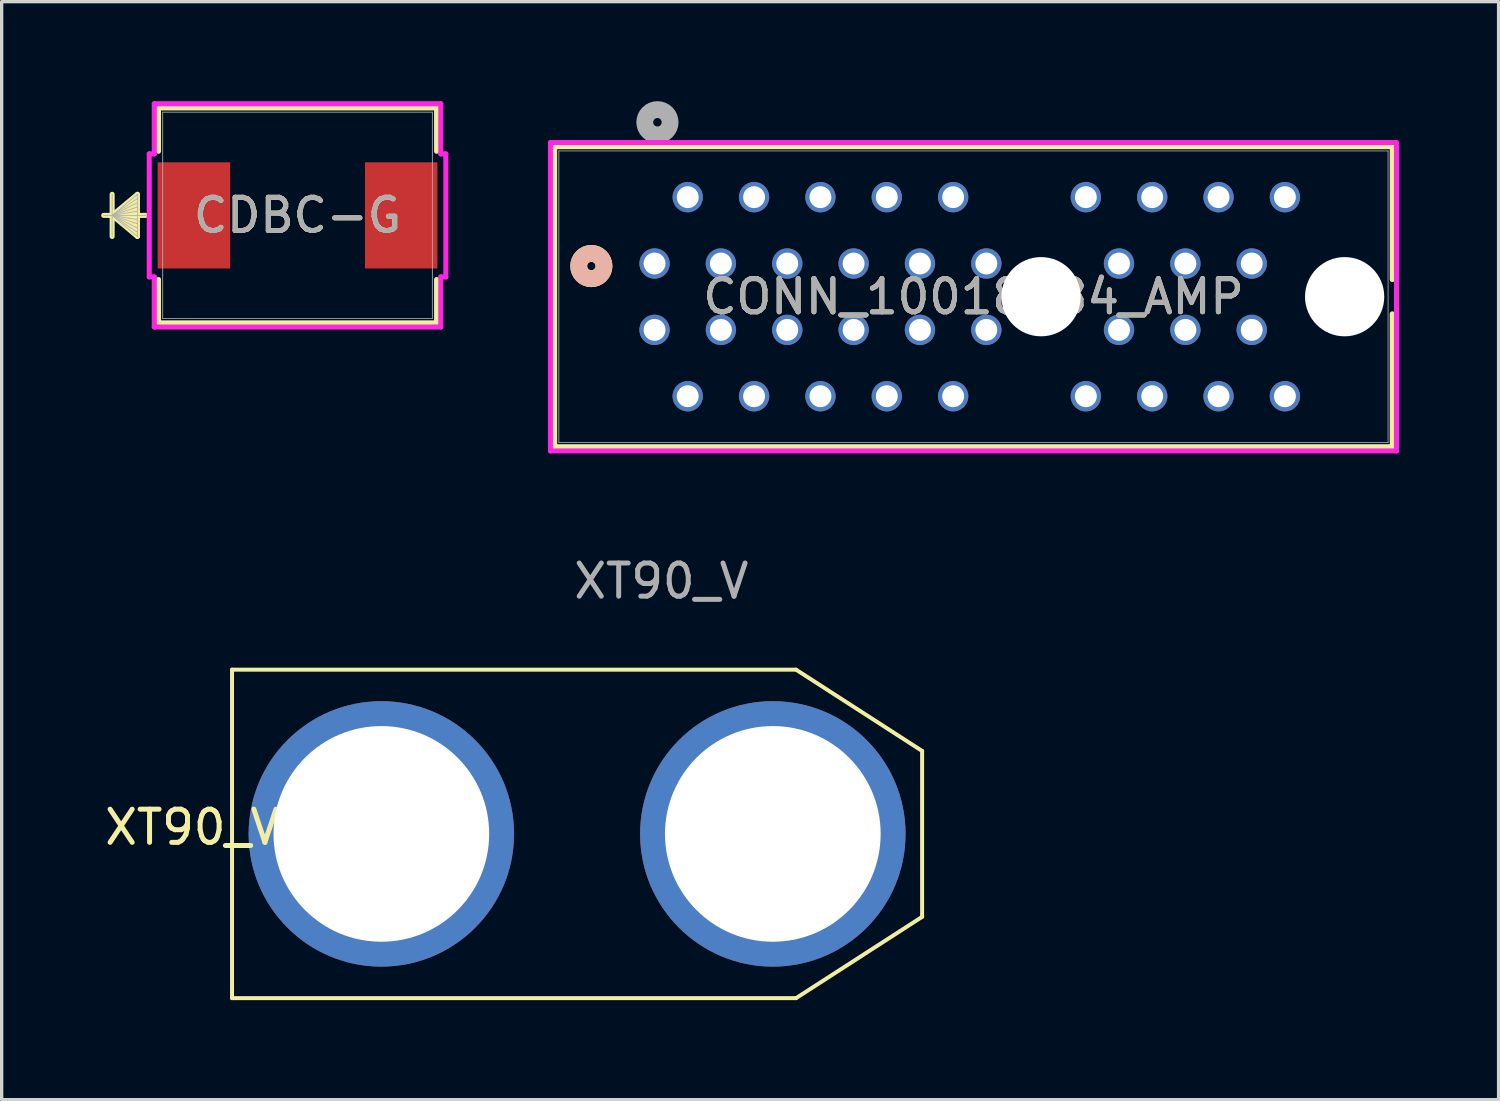
<source format=kicad_pcb>
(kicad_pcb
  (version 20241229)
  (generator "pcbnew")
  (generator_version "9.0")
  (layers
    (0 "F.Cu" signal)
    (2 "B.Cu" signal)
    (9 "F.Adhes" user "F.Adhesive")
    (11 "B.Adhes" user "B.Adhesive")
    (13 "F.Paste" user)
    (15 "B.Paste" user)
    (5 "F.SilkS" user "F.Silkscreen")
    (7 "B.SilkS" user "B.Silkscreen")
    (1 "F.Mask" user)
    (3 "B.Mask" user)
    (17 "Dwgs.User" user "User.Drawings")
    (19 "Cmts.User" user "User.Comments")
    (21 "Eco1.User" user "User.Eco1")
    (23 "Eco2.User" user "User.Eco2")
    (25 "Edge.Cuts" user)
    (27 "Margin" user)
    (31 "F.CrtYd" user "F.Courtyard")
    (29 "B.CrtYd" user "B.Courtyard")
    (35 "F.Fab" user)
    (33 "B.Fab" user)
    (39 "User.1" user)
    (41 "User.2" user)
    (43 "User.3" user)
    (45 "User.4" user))
  (footprint "XT90_V"
    (layer "F.Cu")
    (at 14.344 22.085)
    (property "Reference" "XT90_V" (at -11.6 -0.2 0) (unlocked yes) (layer "F.SilkS") (effects (font (size 1 1) (thickness 0.15))))
    (attr through_hole)
    (fp_line (start -10.4 -4.95) (end -10.4 4.95) (stroke (width 0.12) (type solid)) (layer "F.SilkS"))
    (fp_line (start -10.4 -4.95) (end 6.6 -4.95) (stroke (width 0.12) (type solid)) (layer "F.SilkS"))
    (fp_line (start -10.4 4.95) (end 6.6 4.95) (stroke (width 0.12) (type solid)) (layer "F.SilkS"))
    (fp_line (start 10.4 -2.5) (end 6.6 -4.95) (stroke (width 0.12) (type solid)) (layer "F.SilkS"))
    (fp_line (start 10.4 2.5) (end 6.6 4.95) (stroke (width 0.12) (type solid)) (layer "F.SilkS"))
    (fp_line (start 10.4 2.5) (end 10.4 -2.5) (stroke (width 0.12) (type solid)) (layer "F.SilkS"))
    (fp_text user "${REFERENCE}" (at 2.54 -7.62 0) (unlocked yes) (layer "F.Fab") (effects (font (size 1 1) (thickness 0.15))))
    (pad "1" thru_hole circle (at 5.9 0) (size 8 8) (drill 6.5) (layers "*.Cu" "*.Mask"))
    (pad "2" thru_hole circle (at -5.9 0) (size 8 8) (drill 6.5) (layers "*.Cu" "*.Mask")))
  (footprint "CONN_10018784_AMP"
    (layer "F.Cu")
    (at 16.679 4.893)
    (property "Reference" "CONN_10018784_AMP" (at 9.613 1 0) (unlocked yes) (layer "F.SilkS") (effects (font (size 1 1) (thickness 0.15))))
    (attr through_hole)
    (fp_line (start -3.011 -3.521) (end 22.236 -3.521) (stroke (width 0.152) (type solid)) (layer "F.SilkS"))
    (fp_line (start -3.011 5.521) (end -3.011 -3.521) (stroke (width 0.152) (type solid)) (layer "F.SilkS"))
    (fp_line (start 22.236 -3.521) (end 22.236 0.483) (stroke (width 0.152) (type solid)) (layer "F.SilkS"))
    (fp_line (start 22.236 1.517) (end 22.236 5.521) (stroke (width 0.152) (type solid)) (layer "F.SilkS"))
    (fp_line (start 22.236 5.521) (end -3.011 5.521) (stroke (width 0.152) (type solid)) (layer "F.SilkS"))
    (fp_circle (center -1.905 0.076) (end -1.524 0.076) (stroke (width 0.508) (type solid)) (fill no) (layer "F.SilkS"))
    (fp_circle (center -1.905 0.076) (end -1.524 0.076) (stroke (width 0.508) (type solid)) (fill no) (layer "B.SilkS"))
    (fp_line (start -3.138 -3.648) (end -3.138 5.648) (stroke (width 0.152) (type solid)) (layer "F.CrtYd"))
    (fp_line (start -3.138 5.648) (end 22.363 5.648) (stroke (width 0.152) (type solid)) (layer "F.CrtYd"))
    (fp_line (start 22.363 -3.648) (end -3.138 -3.648) (stroke (width 0.152) (type solid)) (layer "F.CrtYd"))
    (fp_line (start 22.363 5.648) (end 22.363 -3.648) (stroke (width 0.152) (type solid)) (layer "F.CrtYd"))
    (fp_line (start -2.884 -3.394) (end -2.884 5.394) (stroke (width 0.025) (type solid)) (layer "F.Fab"))
    (fp_line (start -2.884 5.394) (end 22.109 5.394) (stroke (width 0.025) (type solid)) (layer "F.Fab"))
    (fp_line (start 22.109 -3.394) (end -2.884 -3.394) (stroke (width 0.025) (type solid)) (layer "F.Fab"))
    (fp_line (start 22.109 5.394) (end 22.109 -3.394) (stroke (width 0.025) (type solid)) (layer "F.Fab"))
    (fp_circle (center 0.087 -4.258) (end 0.469 -4.258) (stroke (width 0.508) (type solid)) (fill no) (layer "F.Fab"))
    (fp_text user "${REFERENCE}" (at 9.613 1 0) (unlocked yes) (layer "F.Fab") (effects (font (size 1 1) (thickness 0.15))))
    (pad "" np_thru_hole circle (at 11.65 1) (size 2.388 2.388) (drill 2.388) (layers "*.Cu" "*.Mask"))
    (pad "" np_thru_hole circle (at 20.8 1) (size 2.388 2.388) (drill 2.388) (layers "*.Cu" "*.Mask"))
    (pad "A1" thru_hole circle (at 0 0) (size 0.914 0.914) (drill 0.66) (layers "*.Cu" "*.Mask"))
    (pad "A2" thru_hole circle (at 1 -2) (size 0.914 0.914) (drill 0.66) (layers "*.Cu" "*.Mask"))
    (pad "A3" thru_hole circle (at 2 0) (size 0.914 0.914) (drill 0.66) (layers "*.Cu" "*.Mask"))
    (pad "A4" thru_hole circle (at 3 -2) (size 0.914 0.914) (drill 0.66) (layers "*.Cu" "*.Mask"))
    (pad "A5" thru_hole circle (at 4 0) (size 0.914 0.914) (drill 0.66) (layers "*.Cu" "*.Mask"))
    (pad "A6" thru_hole circle (at 5 -2) (size 0.914 0.914) (drill 0.66) (layers "*.Cu" "*.Mask"))
    (pad "A7" thru_hole circle (at 6 0) (size 0.914 0.914) (drill 0.66) (layers "*.Cu" "*.Mask"))
    (pad "A8" thru_hole circle (at 7 -2) (size 0.914 0.914) (drill 0.66) (layers "*.Cu" "*.Mask"))
    (pad "A9" thru_hole circle (at 8 0) (size 0.914 0.914) (drill 0.66) (layers "*.Cu" "*.Mask"))
    (pad "A10" thru_hole circle (at 9 -2) (size 0.914 0.914) (drill 0.66) (layers "*.Cu" "*.Mask"))
    (pad "A11" thru_hole circle (at 10 0) (size 0.914 0.914) (drill 0.66) (layers "*.Cu" "*.Mask"))
    (pad "A12" thru_hole circle (at 13 -2) (size 0.914 0.914) (drill 0.66) (layers "*.Cu" "*.Mask"))
    (pad "A13" thru_hole circle (at 14 0) (size 0.914 0.914) (drill 0.66) (layers "*.Cu" "*.Mask"))
    (pad "A14" thru_hole circle (at 15 -2) (size 0.914 0.914) (drill 0.66) (layers "*.Cu" "*.Mask"))
    (pad "A15" thru_hole circle (at 16 0) (size 0.914 0.914) (drill 0.66) (layers "*.Cu" "*.Mask"))
    (pad "A16" thru_hole circle (at 17 -2) (size 0.914 0.914) (drill 0.66) (layers "*.Cu" "*.Mask"))
    (pad "A17" thru_hole circle (at 18 0) (size 0.914 0.914) (drill 0.66) (layers "*.Cu" "*.Mask"))
    (pad "A18" thru_hole circle (at 19 -2) (size 0.914 0.914) (drill 0.66) (layers "*.Cu" "*.Mask"))
    (pad "B1" thru_hole circle (at 0 2) (size 0.914 0.914) (drill 0.66) (layers "*.Cu" "*.Mask"))
    (pad "B2" thru_hole circle (at 1 4) (size 0.914 0.914) (drill 0.66) (layers "*.Cu" "*.Mask"))
    (pad "B3" thru_hole circle (at 2 2) (size 0.914 0.914) (drill 0.66) (layers "*.Cu" "*.Mask"))
    (pad "B4" thru_hole circle (at 3 4) (size 0.914 0.914) (drill 0.66) (layers "*.Cu" "*.Mask"))
    (pad "B5" thru_hole circle (at 4 2) (size 0.914 0.914) (drill 0.66) (layers "*.Cu" "*.Mask"))
    (pad "B6" thru_hole circle (at 5 4) (size 0.914 0.914) (drill 0.66) (layers "*.Cu" "*.Mask"))
    (pad "B7" thru_hole circle (at 6 2) (size 0.914 0.914) (drill 0.66) (layers "*.Cu" "*.Mask"))
    (pad "B8" thru_hole circle (at 7 4) (size 0.914 0.914) (drill 0.66) (layers "*.Cu" "*.Mask"))
    (pad "B9" thru_hole circle (at 8 2) (size 0.914 0.914) (drill 0.66) (layers "*.Cu" "*.Mask"))
    (pad "B10" thru_hole circle (at 9 4) (size 0.914 0.914) (drill 0.66) (layers "*.Cu" "*.Mask"))
    (pad "B11" thru_hole circle (at 10 2) (size 0.914 0.914) (drill 0.66) (layers "*.Cu" "*.Mask"))
    (pad "B12" thru_hole circle (at 13 4) (size 0.914 0.914) (drill 0.66) (layers "*.Cu" "*.Mask"))
    (pad "B13" thru_hole circle (at 14 2) (size 0.914 0.914) (drill 0.66) (layers "*.Cu" "*.Mask"))
    (pad "B14" thru_hole circle (at 15 4) (size 0.914 0.914) (drill 0.66) (layers "*.Cu" "*.Mask"))
    (pad "B15" thru_hole circle (at 16 2) (size 0.914 0.914) (drill 0.66) (layers "*.Cu" "*.Mask"))
    (pad "B16" thru_hole circle (at 17 4) (size 0.914 0.914) (drill 0.66) (layers "*.Cu" "*.Mask"))
    (pad "B17" thru_hole circle (at 18 2) (size 0.914 0.914) (drill 0.66) (layers "*.Cu" "*.Mask"))
    (pad "B18" thru_hole circle (at 19 4) (size 0.914 0.914) (drill 0.66) (layers "*.Cu" "*.Mask")))
  (footprint "CDBC-G"
    (layer "F.Cu")
    (at 5.918 3.442)
    (property "Reference" "CDBC-G" (at 0 0 0) (unlocked yes) (layer "F.SilkS") (effects (font (size 1 1) (thickness 0.15))))
    (attr smd)
    (fp_line (start -5.588 -0.635) (end -5.588 0.635) (stroke (width 0.152) (type solid)) (layer "F.SilkS"))
    (fp_line (start -5.588 0) (end -4.826 -0.635) (stroke (width 0.152) (type solid)) (layer "F.SilkS"))
    (fp_line (start -5.588 0) (end -4.826 -0.508) (stroke (width 0.152) (type solid)) (layer "F.SilkS"))
    (fp_line (start -5.588 0) (end -4.826 -0.381) (stroke (width 0.152) (type solid)) (layer "F.SilkS"))
    (fp_line (start -5.588 0) (end -4.826 -0.254) (stroke (width 0.152) (type solid)) (layer "F.SilkS"))
    (fp_line (start -5.588 0) (end -4.826 -0.127) (stroke (width 0.152) (type solid)) (layer "F.SilkS"))
    (fp_line (start -5.588 0) (end -4.826 0.127) (stroke (width 0.152) (type solid)) (layer "F.SilkS"))
    (fp_line (start -5.588 0) (end -4.826 0.254) (stroke (width 0.152) (type solid)) (layer "F.SilkS"))
    (fp_line (start -5.588 0) (end -4.826 0.381) (stroke (width 0.152) (type solid)) (layer "F.SilkS"))
    (fp_line (start -5.588 0) (end -4.826 0.508) (stroke (width 0.152) (type solid)) (layer "F.SilkS"))
    (fp_line (start -5.588 0) (end -4.826 0.635) (stroke (width 0.152) (type solid)) (layer "F.SilkS"))
    (fp_line (start -4.826 -0.635) (end -4.826 0.635) (stroke (width 0.152) (type solid)) (layer "F.SilkS"))
    (fp_line (start -4.572 0) (end -5.842 0) (stroke (width 0.152) (type solid)) (layer "F.SilkS"))
    (fp_line (start -4.191 -3.239) (end -4.191 -1.933) (stroke (width 0.152) (type solid)) (layer "F.SilkS"))
    (fp_line (start -4.191 1.933) (end -4.191 3.239) (stroke (width 0.152) (type solid)) (layer "F.SilkS"))
    (fp_line (start -4.191 3.239) (end 4.191 3.239) (stroke (width 0.152) (type solid)) (layer "F.SilkS"))
    (fp_line (start 4.191 -3.239) (end -4.191 -3.239) (stroke (width 0.152) (type solid)) (layer "F.SilkS"))
    (fp_line (start 4.191 -1.933) (end 4.191 -3.239) (stroke (width 0.152) (type solid)) (layer "F.SilkS"))
    (fp_line (start 4.191 3.239) (end 4.191 1.933) (stroke (width 0.152) (type solid)) (layer "F.SilkS"))
    (fp_line (start -4.47 -1.854) (end -4.318 -1.854) (stroke (width 0.152) (type solid)) (layer "F.CrtYd"))
    (fp_line (start -4.47 1.854) (end -4.47 -1.854) (stroke (width 0.152) (type solid)) (layer "F.CrtYd"))
    (fp_line (start -4.318 -3.365) (end 4.318 -3.365) (stroke (width 0.152) (type solid)) (layer "F.CrtYd"))
    (fp_line (start -4.318 -1.854) (end -4.318 -3.365) (stroke (width 0.152) (type solid)) (layer "F.CrtYd"))
    (fp_line (start -4.318 1.854) (end -4.47 1.854) (stroke (width 0.152) (type solid)) (layer "F.CrtYd"))
    (fp_line (start -4.318 3.365) (end -4.318 1.854) (stroke (width 0.152) (type solid)) (layer "F.CrtYd"))
    (fp_line (start 4.318 -3.365) (end 4.318 -1.854) (stroke (width 0.152) (type solid)) (layer "F.CrtYd"))
    (fp_line (start 4.318 -1.854) (end 4.47 -1.854) (stroke (width 0.152) (type solid)) (layer "F.CrtYd"))
    (fp_line (start 4.318 1.854) (end 4.318 3.365) (stroke (width 0.152) (type solid)) (layer "F.CrtYd"))
    (fp_line (start 4.318 3.365) (end -4.318 3.365) (stroke (width 0.152) (type solid)) (layer "F.CrtYd"))
    (fp_line (start 4.47 -1.854) (end 4.47 1.854) (stroke (width 0.152) (type solid)) (layer "F.CrtYd"))
    (fp_line (start 4.47 1.854) (end 4.318 1.854) (stroke (width 0.152) (type solid)) (layer "F.CrtYd"))
    (fp_line (start -5.588 -0.635) (end -5.588 0.635) (stroke (width 0.025) (type solid)) (layer "F.Fab"))
    (fp_line (start -5.588 0) (end -4.826 -0.635) (stroke (width 0.025) (type solid)) (layer "F.Fab"))
    (fp_line (start -5.588 0) (end -4.826 -0.508) (stroke (width 0.025) (type solid)) (layer "F.Fab"))
    (fp_line (start -5.588 0) (end -4.826 -0.381) (stroke (width 0.025) (type solid)) (layer "F.Fab"))
    (fp_line (start -5.588 0) (end -4.826 -0.254) (stroke (width 0.025) (type solid)) (layer "F.Fab"))
    (fp_line (start -5.588 0) (end -4.826 -0.127) (stroke (width 0.025) (type solid)) (layer "F.Fab"))
    (fp_line (start -5.588 0) (end -4.826 0.127) (stroke (width 0.025) (type solid)) (layer "F.Fab"))
    (fp_line (start -5.588 0) (end -4.826 0.254) (stroke (width 0.025) (type solid)) (layer "F.Fab"))
    (fp_line (start -5.588 0) (end -4.826 0.381) (stroke (width 0.025) (type solid)) (layer "F.Fab"))
    (fp_line (start -5.588 0) (end -4.826 0.508) (stroke (width 0.025) (type solid)) (layer "F.Fab"))
    (fp_line (start -5.588 0) (end -4.826 0.635) (stroke (width 0.025) (type solid)) (layer "F.Fab"))
    (fp_line (start -4.826 -0.635) (end -4.826 0.635) (stroke (width 0.025) (type solid)) (layer "F.Fab"))
    (fp_line (start -4.572 0) (end -5.842 0) (stroke (width 0.025) (type solid)) (layer "F.Fab"))
    (fp_line (start -4.064 -3.111) (end -4.064 3.111) (stroke (width 0.025) (type solid)) (layer "F.Fab"))
    (fp_line (start -4.064 3.111) (end 4.064 3.111) (stroke (width 0.025) (type solid)) (layer "F.Fab"))
    (fp_line (start 4.064 -3.111) (end -4.064 -3.111) (stroke (width 0.025) (type solid)) (layer "F.Fab"))
    (fp_line (start 4.064 3.111) (end 4.064 -3.111) (stroke (width 0.025) (type solid)) (layer "F.Fab"))
    (fp_text user "${REFERENCE}" (at 0 0 0) (unlocked yes) (layer "F.Fab") (effects (font (size 1 1) (thickness 0.15))))
    (pad "1" smd rect (at -3.124 0 90) (size 3.2 2.184) (layers "F.Cu" "F.Mask" "F.Paste"))
    (pad "2" smd rect (at 3.124 0 90) (size 3.2 2.184) (layers "F.Cu" "F.Mask" "F.Paste"))
    (zone (net_name "") (layer "F.Cu") (hatch full 0.508) (connect_pads) (min_thickness 0.254) (filled_areas_thickness no) (keepout (tracks not_allowed) (vias not_allowed) (pads allowed) (copperpour not_allowed) (footprints allowed)) (placement (enabled no)) (fill) (polygon (pts (xy 1.905 0.381) (xy 9.931 0.381) (xy 9.931 1.791) (xy 1.905 1.791))))
    (zone (net_name "") (layer "F.Cu") (hatch full 0.508) (connect_pads) (min_thickness 0.254) (filled_areas_thickness no) (keepout (tracks not_allowed) (vias not_allowed) (pads allowed) (copperpour not_allowed) (footprints allowed)) (placement (enabled no)) (fill) (polygon (pts (xy 1.905 5.093) (xy 9.931 5.093) (xy 9.931 6.502) (xy 1.905 6.502))))
    (zone (net_name "") (layer "F.Cu") (hatch full 0.508) (connect_pads) (min_thickness 0.254) (filled_areas_thickness no) (keepout (tracks not_allowed) (vias not_allowed) (pads allowed) (copperpour not_allowed) (footprints allowed)) (placement (enabled no)) (fill) (polygon (pts (xy 3.937 1.791) (xy 7.899 1.791) (xy 7.899 5.093) (xy 3.937 5.093)))))
  (gr_rect
    (start -3 -3)
    (end 42.119 30.095)
    (stroke (width 0.1) (type default))
    (fill no)
    (layer "Edge.Cuts")))
</source>
